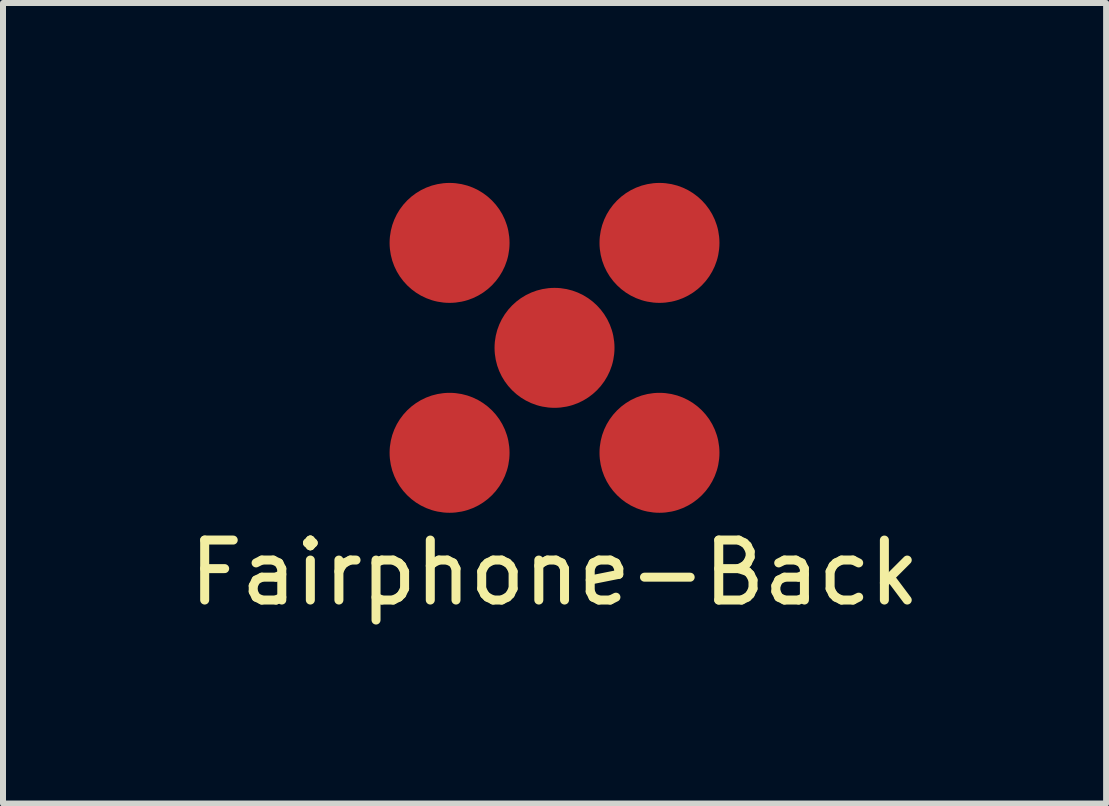
<source format=kicad_pcb>
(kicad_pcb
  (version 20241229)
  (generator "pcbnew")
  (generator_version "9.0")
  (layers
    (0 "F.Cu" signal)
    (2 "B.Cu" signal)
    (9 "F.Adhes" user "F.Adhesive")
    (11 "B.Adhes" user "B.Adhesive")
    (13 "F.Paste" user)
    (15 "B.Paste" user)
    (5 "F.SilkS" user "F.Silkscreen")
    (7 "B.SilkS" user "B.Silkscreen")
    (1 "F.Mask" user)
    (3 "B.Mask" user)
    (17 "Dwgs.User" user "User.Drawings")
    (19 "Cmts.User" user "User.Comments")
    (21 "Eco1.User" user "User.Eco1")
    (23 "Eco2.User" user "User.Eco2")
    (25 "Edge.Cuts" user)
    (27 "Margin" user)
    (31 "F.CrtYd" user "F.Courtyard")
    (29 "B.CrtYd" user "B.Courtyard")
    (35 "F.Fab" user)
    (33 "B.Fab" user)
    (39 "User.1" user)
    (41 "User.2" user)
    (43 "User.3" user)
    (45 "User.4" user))
  (footprint "Fairphone-Back"
    (layer "F.Cu")
    (at 6.196 2.75)
    (property "Reference" "Fairphone-Back" (at 0 3.75 0) (layer "F.SilkS") (effects (font (size 1 1) (thickness 0.15))))
    (attr through_hole)
    (pad "1" connect circle (at 1.75 -1.75) (size 2 2) (layers "F.Cu" "F.Mask"))
    (pad "2" connect circle (at -1.75 -1.75) (size 2 2) (layers "F.Cu" "F.Mask"))
    (pad "3" connect circle (at 0 0) (size 2 2) (layers "F.Cu" "F.Mask"))
    (pad "4" connect circle (at -1.75 1.75) (size 2 2) (layers "F.Cu" "F.Mask"))
    (pad "5" connect circle (at 1.75 1.75) (size 2 2) (layers "F.Cu" "F.Mask")))
  (gr_rect
    (start -3 -3)
    (end 15.393 10.348)
    (stroke (width 0.1) (type default))
    (fill no)
    (layer "Edge.Cuts")))
</source>
